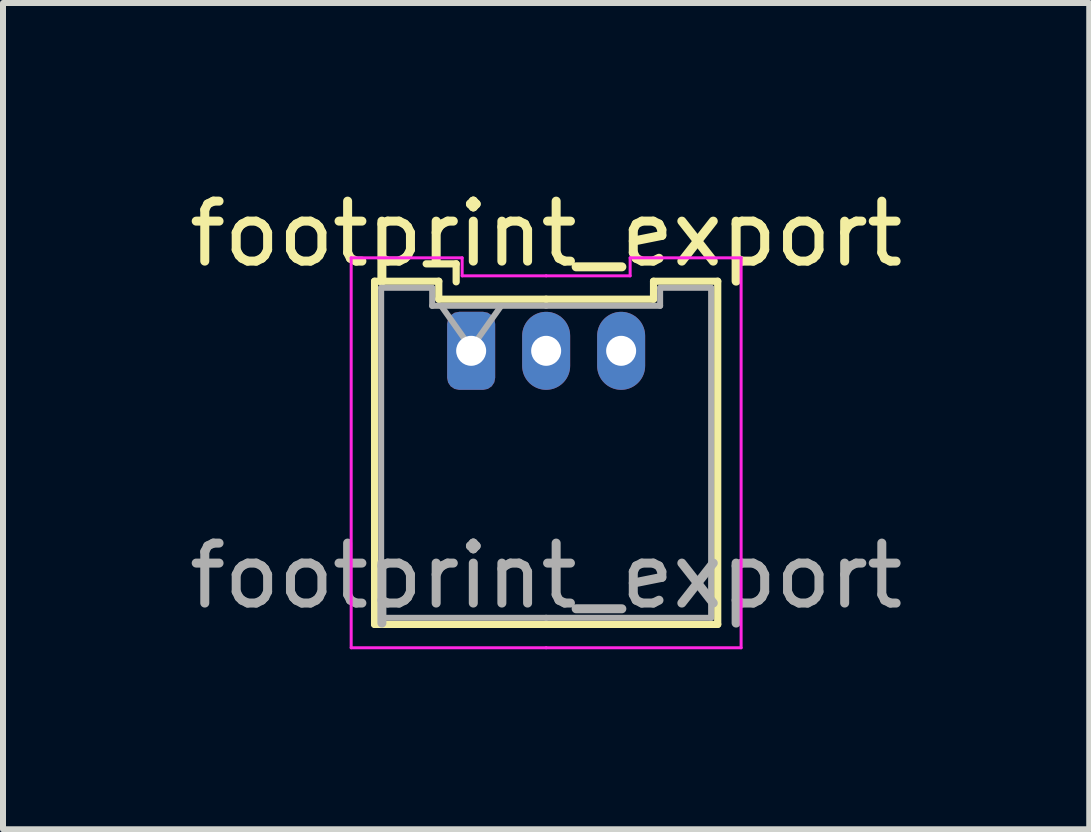
<source format=kicad_pcb>
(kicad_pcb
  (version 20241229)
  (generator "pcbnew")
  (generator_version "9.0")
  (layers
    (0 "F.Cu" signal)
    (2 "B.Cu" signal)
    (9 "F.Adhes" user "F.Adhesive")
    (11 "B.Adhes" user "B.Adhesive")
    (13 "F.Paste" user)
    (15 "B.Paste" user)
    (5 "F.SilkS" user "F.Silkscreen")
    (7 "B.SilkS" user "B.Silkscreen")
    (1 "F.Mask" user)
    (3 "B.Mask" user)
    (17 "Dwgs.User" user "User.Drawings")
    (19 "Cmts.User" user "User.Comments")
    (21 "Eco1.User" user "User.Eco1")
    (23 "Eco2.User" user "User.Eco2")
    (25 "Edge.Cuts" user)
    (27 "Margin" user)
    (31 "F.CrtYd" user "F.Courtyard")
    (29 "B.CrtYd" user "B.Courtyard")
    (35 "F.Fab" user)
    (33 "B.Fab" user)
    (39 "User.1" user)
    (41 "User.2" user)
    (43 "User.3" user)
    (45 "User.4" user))
  (footprint "footprint_export"
    (layer "F.Cu")
    (at 4.804 2.798)
    (property "Reference" "footprint_export" (at 1.25 -1.95 0) (layer "F.SilkS") (effects (font (size 1 1) (thickness 0.15))))
    (attr through_hole)
    (fp_line (start -1.61 -1.16) (end -1.61 4.56) (stroke (width 0.12) (type solid)) (layer "F.SilkS"))
    (fp_line (start -1.61 4.56) (end 1.25 4.56) (stroke (width 0.12) (type solid)) (layer "F.SilkS"))
    (fp_line (start -0.54 -1.16) (end -1.61 -1.16) (stroke (width 0.12) (type solid)) (layer "F.SilkS"))
    (fp_line (start -0.54 -0.86) (end -0.54 -1.16) (stroke (width 0.12) (type solid)) (layer "F.SilkS"))
    (fp_line (start -0.25 -1.45) (end -0.75 -1.45) (stroke (width 0.12) (type solid)) (layer "F.SilkS"))
    (fp_line (start -0.25 -1.15) (end -0.25 -1.45) (stroke (width 0.12) (type solid)) (layer "F.SilkS"))
    (fp_line (start 1.25 -0.86) (end -0.54 -0.86) (stroke (width 0.12) (type solid)) (layer "F.SilkS"))
    (fp_line (start 1.25 -0.86) (end 3.04 -0.86) (stroke (width 0.12) (type solid)) (layer "F.SilkS"))
    (fp_line (start 3.04 -1.16) (end 4.11 -1.16) (stroke (width 0.12) (type solid)) (layer "F.SilkS"))
    (fp_line (start 3.04 -0.86) (end 3.04 -1.16) (stroke (width 0.12) (type solid)) (layer "F.SilkS"))
    (fp_line (start 4.11 -1.16) (end 4.11 4.56) (stroke (width 0.12) (type solid)) (layer "F.SilkS"))
    (fp_line (start 4.11 4.56) (end 1.25 4.56) (stroke (width 0.12) (type solid)) (layer "F.SilkS"))
    (fp_line (start -2 -1.55) (end -2 4.95) (stroke (width 0.05) (type solid)) (layer "F.CrtYd"))
    (fp_line (start -2 4.95) (end 1.25 4.95) (stroke (width 0.05) (type solid)) (layer "F.CrtYd"))
    (fp_line (start -0.15 -1.55) (end -2 -1.55) (stroke (width 0.05) (type solid)) (layer "F.CrtYd"))
    (fp_line (start -0.15 -1.25) (end -0.15 -1.55) (stroke (width 0.05) (type solid)) (layer "F.CrtYd"))
    (fp_line (start 1.25 -1.25) (end -0.15 -1.25) (stroke (width 0.05) (type solid)) (layer "F.CrtYd"))
    (fp_line (start 1.25 -1.25) (end 2.65 -1.25) (stroke (width 0.05) (type solid)) (layer "F.CrtYd"))
    (fp_line (start 2.65 -1.55) (end 4.5 -1.55) (stroke (width 0.05) (type solid)) (layer "F.CrtYd"))
    (fp_line (start 2.65 -1.25) (end 2.65 -1.55) (stroke (width 0.05) (type solid)) (layer "F.CrtYd"))
    (fp_line (start 4.5 -1.55) (end 4.5 4.95) (stroke (width 0.05) (type solid)) (layer "F.CrtYd"))
    (fp_line (start 4.5 4.95) (end 1.25 4.95) (stroke (width 0.05) (type solid)) (layer "F.CrtYd"))
    (fp_line (start -1.5 -1.05) (end -1.5 4.45) (stroke (width 0.1) (type solid)) (layer "F.Fab"))
    (fp_line (start -1.5 4.45) (end 1.25 4.45) (stroke (width 0.1) (type solid)) (layer "F.Fab"))
    (fp_line (start -0.65 -1.05) (end -1.5 -1.05) (stroke (width 0.1) (type solid)) (layer "F.Fab"))
    (fp_line (start -0.65 -0.75) (end -0.65 -1.05) (stroke (width 0.1) (type solid)) (layer "F.Fab"))
    (fp_line (start -0.5 -0.75) (end 0 -0.043) (stroke (width 0.1) (type solid)) (layer "F.Fab"))
    (fp_line (start 0 -0.043) (end 0.5 -0.75) (stroke (width 0.1) (type solid)) (layer "F.Fab"))
    (fp_line (start 1.25 -0.75) (end -0.65 -0.75) (stroke (width 0.1) (type solid)) (layer "F.Fab"))
    (fp_line (start 1.25 -0.75) (end 3.15 -0.75) (stroke (width 0.1) (type solid)) (layer "F.Fab"))
    (fp_line (start 3.15 -1.05) (end 4 -1.05) (stroke (width 0.1) (type solid)) (layer "F.Fab"))
    (fp_line (start 3.15 -0.75) (end 3.15 -1.05) (stroke (width 0.1) (type solid)) (layer "F.Fab"))
    (fp_line (start 4 -1.05) (end 4 4.45) (stroke (width 0.1) (type solid)) (layer "F.Fab"))
    (fp_line (start 4 4.45) (end 1.25 4.45) (stroke (width 0.1) (type solid)) (layer "F.Fab"))
    (fp_text user "${REFERENCE}" (at 1.25 3.75 0) (layer "F.Fab") (effects (font (size 1 1) (thickness 0.15))))
    (pad "1" thru_hole roundrect (at 0 0) (size 0.8 1.3) (drill 0.5) (layers "*.Cu" "*.Mask") (roundrect_rratio 0.25))
    (pad "2" thru_hole oval (at 1.25 0) (size 0.8 1.3) (drill 0.5) (layers "*.Cu" "*.Mask"))
    (pad "3" thru_hole oval (at 2.5 0) (size 0.8 1.3) (drill 0.5) (layers "*.Cu" "*.Mask")))
  (gr_rect
    (start -3 -3)
    (end 15.107 10.773)
    (stroke (width 0.1) (type default))
    (fill no)
    (layer "Edge.Cuts")))
</source>
